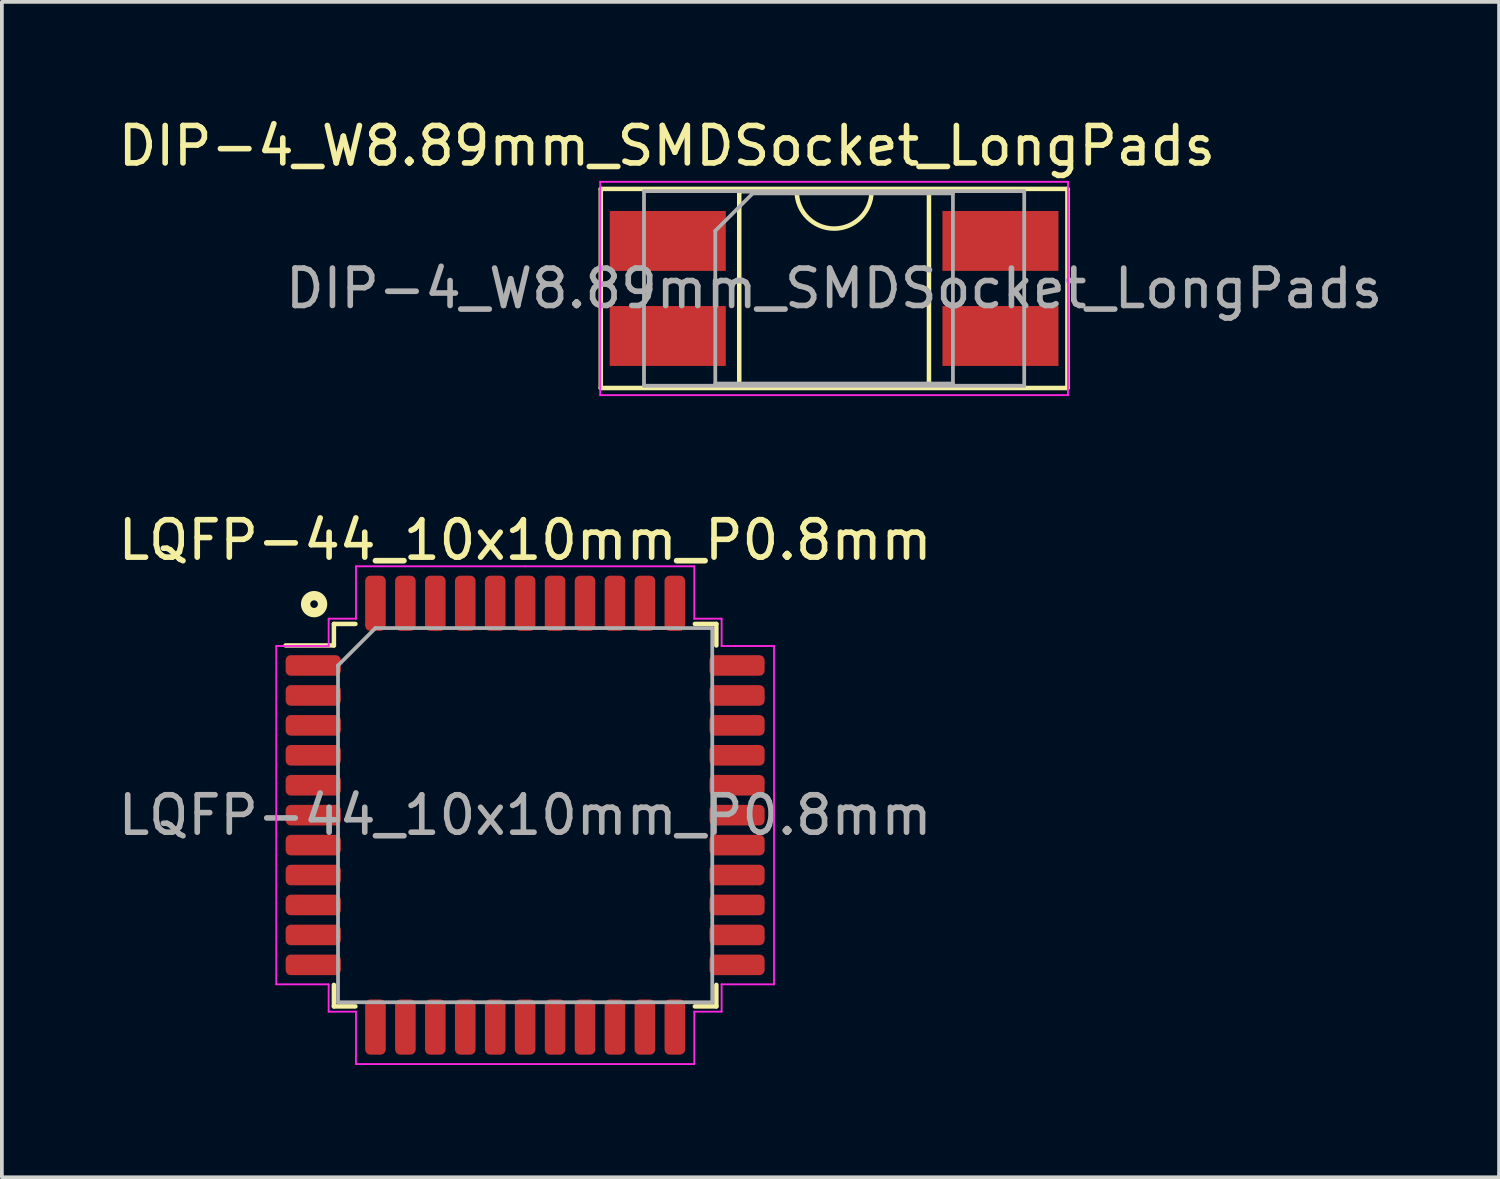
<source format=kicad_pcb>
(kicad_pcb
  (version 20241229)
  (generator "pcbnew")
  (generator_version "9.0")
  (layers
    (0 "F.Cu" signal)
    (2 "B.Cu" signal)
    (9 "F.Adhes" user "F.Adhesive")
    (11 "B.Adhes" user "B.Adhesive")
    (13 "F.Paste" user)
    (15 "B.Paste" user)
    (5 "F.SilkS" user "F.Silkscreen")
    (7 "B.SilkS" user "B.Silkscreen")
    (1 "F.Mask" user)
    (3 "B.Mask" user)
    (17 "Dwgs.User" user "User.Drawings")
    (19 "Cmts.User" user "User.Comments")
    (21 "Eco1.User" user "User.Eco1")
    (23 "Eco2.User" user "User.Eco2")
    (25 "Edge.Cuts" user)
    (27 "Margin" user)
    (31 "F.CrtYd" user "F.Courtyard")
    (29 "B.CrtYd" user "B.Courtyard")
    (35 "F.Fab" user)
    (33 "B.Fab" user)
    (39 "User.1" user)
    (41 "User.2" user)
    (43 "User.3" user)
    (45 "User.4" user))
  (footprint "LQFP-44_10x10mm_P0.8mm"
    (layer "F.Cu")
    (at 10.982 18.732)
    (property "Reference" "LQFP-44_10x10mm_P0.8mm" (at 0 -7.35 0) (layer "F.SilkS") (effects (font (size 1 1) (thickness 0.15))))
    (attr smd)
    (fp_line (start -5.11 -5.11) (end -5.11 -4.535) (stroke (width 0.12) (type solid)) (layer "F.SilkS"))
    (fp_line (start -5.11 -4.535) (end -6.4 -4.535) (stroke (width 0.12) (type solid)) (layer "F.SilkS"))
    (fp_line (start -5.11 5.11) (end -5.11 4.535) (stroke (width 0.12) (type solid)) (layer "F.SilkS"))
    (fp_line (start -4.535 -5.11) (end -5.11 -5.11) (stroke (width 0.12) (type solid)) (layer "F.SilkS"))
    (fp_line (start -4.535 5.11) (end -5.11 5.11) (stroke (width 0.12) (type solid)) (layer "F.SilkS"))
    (fp_line (start 4.535 -5.11) (end 5.11 -5.11) (stroke (width 0.12) (type solid)) (layer "F.SilkS"))
    (fp_line (start 4.535 5.11) (end 5.11 5.11) (stroke (width 0.12) (type solid)) (layer "F.SilkS"))
    (fp_line (start 5.11 -5.11) (end 5.11 -4.535) (stroke (width 0.12) (type solid)) (layer "F.SilkS"))
    (fp_line (start 5.11 5.11) (end 5.11 4.535) (stroke (width 0.12) (type solid)) (layer "F.SilkS"))
    (fp_circle (center -5.639 -5.639) (end -5.412 -5.639) (stroke (width 0.25) (type solid)) (fill no) (layer "F.SilkS"))
    (fp_line (start -6.65 -4.52) (end -6.65 0) (stroke (width 0.05) (type solid)) (layer "F.CrtYd"))
    (fp_line (start -6.65 4.52) (end -6.65 0) (stroke (width 0.05) (type solid)) (layer "F.CrtYd"))
    (fp_line (start -5.25 -5.25) (end -5.25 -4.52) (stroke (width 0.05) (type solid)) (layer "F.CrtYd"))
    (fp_line (start -5.25 -4.52) (end -6.65 -4.52) (stroke (width 0.05) (type solid)) (layer "F.CrtYd"))
    (fp_line (start -5.25 4.52) (end -6.65 4.52) (stroke (width 0.05) (type solid)) (layer "F.CrtYd"))
    (fp_line (start -5.25 5.25) (end -5.25 4.52) (stroke (width 0.05) (type solid)) (layer "F.CrtYd"))
    (fp_line (start -4.52 -6.65) (end -4.52 -5.25) (stroke (width 0.05) (type solid)) (layer "F.CrtYd"))
    (fp_line (start -4.52 -5.25) (end -5.25 -5.25) (stroke (width 0.05) (type solid)) (layer "F.CrtYd"))
    (fp_line (start -4.52 5.25) (end -5.25 5.25) (stroke (width 0.05) (type solid)) (layer "F.CrtYd"))
    (fp_line (start -4.52 6.65) (end -4.52 5.25) (stroke (width 0.05) (type solid)) (layer "F.CrtYd"))
    (fp_line (start 0 -6.65) (end -4.52 -6.65) (stroke (width 0.05) (type solid)) (layer "F.CrtYd"))
    (fp_line (start 0 -6.65) (end 4.52 -6.65) (stroke (width 0.05) (type solid)) (layer "F.CrtYd"))
    (fp_line (start 0 6.65) (end -4.52 6.65) (stroke (width 0.05) (type solid)) (layer "F.CrtYd"))
    (fp_line (start 0 6.65) (end 4.52 6.65) (stroke (width 0.05) (type solid)) (layer "F.CrtYd"))
    (fp_line (start 4.52 -6.65) (end 4.52 -5.25) (stroke (width 0.05) (type solid)) (layer "F.CrtYd"))
    (fp_line (start 4.52 -5.25) (end 5.25 -5.25) (stroke (width 0.05) (type solid)) (layer "F.CrtYd"))
    (fp_line (start 4.52 5.25) (end 5.25 5.25) (stroke (width 0.05) (type solid)) (layer "F.CrtYd"))
    (fp_line (start 4.52 6.65) (end 4.52 5.25) (stroke (width 0.05) (type solid)) (layer "F.CrtYd"))
    (fp_line (start 5.25 -5.25) (end 5.25 -4.52) (stroke (width 0.05) (type solid)) (layer "F.CrtYd"))
    (fp_line (start 5.25 -4.52) (end 6.65 -4.52) (stroke (width 0.05) (type solid)) (layer "F.CrtYd"))
    (fp_line (start 5.25 4.52) (end 6.65 4.52) (stroke (width 0.05) (type solid)) (layer "F.CrtYd"))
    (fp_line (start 5.25 5.25) (end 5.25 4.52) (stroke (width 0.05) (type solid)) (layer "F.CrtYd"))
    (fp_line (start 6.65 -4.52) (end 6.65 0) (stroke (width 0.05) (type solid)) (layer "F.CrtYd"))
    (fp_line (start 6.65 4.52) (end 6.65 0) (stroke (width 0.05) (type solid)) (layer "F.CrtYd"))
    (fp_line (start -5 -4) (end -4 -5) (stroke (width 0.1) (type solid)) (layer "F.Fab"))
    (fp_line (start -5 5) (end -5 -4) (stroke (width 0.1) (type solid)) (layer "F.Fab"))
    (fp_line (start -4 -5) (end 5 -5) (stroke (width 0.1) (type solid)) (layer "F.Fab"))
    (fp_line (start 5 -5) (end 5 5) (stroke (width 0.1) (type solid)) (layer "F.Fab"))
    (fp_line (start 5 5) (end -5 5) (stroke (width 0.1) (type solid)) (layer "F.Fab"))
    (fp_text user "${REFERENCE}" (at 0 0 0) (layer "F.Fab") (effects (font (size 1 1) (thickness 0.15))))
    (pad "1" smd roundrect (at -5.662 -4) (size 1.475 0.55) (layers "F.Cu" "F.Mask" "F.Paste") (roundrect_rratio 0.25))
    (pad "2" smd roundrect (at -5.662 -3.2) (size 1.475 0.55) (layers "F.Cu" "F.Mask" "F.Paste") (roundrect_rratio 0.25))
    (pad "3" smd roundrect (at -5.662 -2.4) (size 1.475 0.55) (layers "F.Cu" "F.Mask" "F.Paste") (roundrect_rratio 0.25))
    (pad "4" smd roundrect (at -5.662 -1.6) (size 1.475 0.55) (layers "F.Cu" "F.Mask" "F.Paste") (roundrect_rratio 0.25))
    (pad "5" smd roundrect (at -5.662 -0.8) (size 1.475 0.55) (layers "F.Cu" "F.Mask" "F.Paste") (roundrect_rratio 0.25))
    (pad "6" smd roundrect (at -5.662 0) (size 1.475 0.55) (layers "F.Cu" "F.Mask" "F.Paste") (roundrect_rratio 0.25))
    (pad "7" smd roundrect (at -5.662 0.8) (size 1.475 0.55) (layers "F.Cu" "F.Mask" "F.Paste") (roundrect_rratio 0.25))
    (pad "8" smd roundrect (at -5.662 1.6) (size 1.475 0.55) (layers "F.Cu" "F.Mask" "F.Paste") (roundrect_rratio 0.25))
    (pad "9" smd roundrect (at -5.662 2.4) (size 1.475 0.55) (layers "F.Cu" "F.Mask" "F.Paste") (roundrect_rratio 0.25))
    (pad "10" smd roundrect (at -5.662 3.2) (size 1.475 0.55) (layers "F.Cu" "F.Mask" "F.Paste") (roundrect_rratio 0.25))
    (pad "11" smd roundrect (at -5.662 4) (size 1.475 0.55) (layers "F.Cu" "F.Mask" "F.Paste") (roundrect_rratio 0.25))
    (pad "12" smd roundrect (at -4 5.662) (size 0.55 1.475) (layers "F.Cu" "F.Mask" "F.Paste") (roundrect_rratio 0.25))
    (pad "13" smd roundrect (at -3.2 5.662) (size 0.55 1.475) (layers "F.Cu" "F.Mask" "F.Paste") (roundrect_rratio 0.25))
    (pad "14" smd roundrect (at -2.4 5.662) (size 0.55 1.475) (layers "F.Cu" "F.Mask" "F.Paste") (roundrect_rratio 0.25))
    (pad "15" smd roundrect (at -1.6 5.662) (size 0.55 1.475) (layers "F.Cu" "F.Mask" "F.Paste") (roundrect_rratio 0.25))
    (pad "16" smd roundrect (at -0.8 5.662) (size 0.55 1.475) (layers "F.Cu" "F.Mask" "F.Paste") (roundrect_rratio 0.25))
    (pad "17" smd roundrect (at 0 5.662) (size 0.55 1.475) (layers "F.Cu" "F.Mask" "F.Paste") (roundrect_rratio 0.25))
    (pad "18" smd roundrect (at 0.8 5.662) (size 0.55 1.475) (layers "F.Cu" "F.Mask" "F.Paste") (roundrect_rratio 0.25))
    (pad "19" smd roundrect (at 1.6 5.662) (size 0.55 1.475) (layers "F.Cu" "F.Mask" "F.Paste") (roundrect_rratio 0.25))
    (pad "20" smd roundrect (at 2.4 5.662) (size 0.55 1.475) (layers "F.Cu" "F.Mask" "F.Paste") (roundrect_rratio 0.25))
    (pad "21" smd roundrect (at 3.2 5.662) (size 0.55 1.475) (layers "F.Cu" "F.Mask" "F.Paste") (roundrect_rratio 0.25))
    (pad "22" smd roundrect (at 4 5.662) (size 0.55 1.475) (layers "F.Cu" "F.Mask" "F.Paste") (roundrect_rratio 0.25))
    (pad "23" smd roundrect (at 5.662 4) (size 1.475 0.55) (layers "F.Cu" "F.Mask" "F.Paste") (roundrect_rratio 0.25))
    (pad "24" smd roundrect (at 5.662 3.2) (size 1.475 0.55) (layers "F.Cu" "F.Mask" "F.Paste") (roundrect_rratio 0.25))
    (pad "25" smd roundrect (at 5.662 2.4) (size 1.475 0.55) (layers "F.Cu" "F.Mask" "F.Paste") (roundrect_rratio 0.25))
    (pad "26" smd roundrect (at 5.662 1.6) (size 1.475 0.55) (layers "F.Cu" "F.Mask" "F.Paste") (roundrect_rratio 0.25))
    (pad "27" smd roundrect (at 5.662 0.8) (size 1.475 0.55) (layers "F.Cu" "F.Mask" "F.Paste") (roundrect_rratio 0.25))
    (pad "28" smd roundrect (at 5.662 0) (size 1.475 0.55) (layers "F.Cu" "F.Mask" "F.Paste") (roundrect_rratio 0.25))
    (pad "29" smd roundrect (at 5.662 -0.8) (size 1.475 0.55) (layers "F.Cu" "F.Mask" "F.Paste") (roundrect_rratio 0.25))
    (pad "30" smd roundrect (at 5.662 -1.6) (size 1.475 0.55) (layers "F.Cu" "F.Mask" "F.Paste") (roundrect_rratio 0.25))
    (pad "31" smd roundrect (at 5.662 -2.4) (size 1.475 0.55) (layers "F.Cu" "F.Mask" "F.Paste") (roundrect_rratio 0.25))
    (pad "32" smd roundrect (at 5.662 -3.2) (size 1.475 0.55) (layers "F.Cu" "F.Mask" "F.Paste") (roundrect_rratio 0.25))
    (pad "33" smd roundrect (at 5.662 -4) (size 1.475 0.55) (layers "F.Cu" "F.Mask" "F.Paste") (roundrect_rratio 0.25))
    (pad "34" smd roundrect (at 4 -5.662) (size 0.55 1.475) (layers "F.Cu" "F.Mask" "F.Paste") (roundrect_rratio 0.25))
    (pad "35" smd roundrect (at 3.2 -5.662) (size 0.55 1.475) (layers "F.Cu" "F.Mask" "F.Paste") (roundrect_rratio 0.25))
    (pad "36" smd roundrect (at 2.4 -5.662) (size 0.55 1.475) (layers "F.Cu" "F.Mask" "F.Paste") (roundrect_rratio 0.25))
    (pad "37" smd roundrect (at 1.6 -5.662) (size 0.55 1.475) (layers "F.Cu" "F.Mask" "F.Paste") (roundrect_rratio 0.25))
    (pad "38" smd roundrect (at 0.8 -5.662) (size 0.55 1.475) (layers "F.Cu" "F.Mask" "F.Paste") (roundrect_rratio 0.25))
    (pad "39" smd roundrect (at 0 -5.662) (size 0.55 1.475) (layers "F.Cu" "F.Mask" "F.Paste") (roundrect_rratio 0.25))
    (pad "40" smd roundrect (at -0.8 -5.662) (size 0.55 1.475) (layers "F.Cu" "F.Mask" "F.Paste") (roundrect_rratio 0.25))
    (pad "41" smd roundrect (at -1.6 -5.662) (size 0.55 1.475) (layers "F.Cu" "F.Mask" "F.Paste") (roundrect_rratio 0.25))
    (pad "42" smd roundrect (at -2.4 -5.662) (size 0.55 1.475) (layers "F.Cu" "F.Mask" "F.Paste") (roundrect_rratio 0.25))
    (pad "43" smd roundrect (at -3.2 -5.662) (size 0.55 1.475) (layers "F.Cu" "F.Mask" "F.Paste") (roundrect_rratio 0.25))
    (pad "44" smd roundrect (at -4 -5.662) (size 0.55 1.475) (layers "F.Cu" "F.Mask" "F.Paste") (roundrect_rratio 0.25)))
  (footprint "DIP-4_W8.89mm_SMDSocket_LongPads"
    (layer "F.Cu")
    (at 19.238 4.658)
    (property "Reference" "DIP-4_W8.89mm_SMDSocket_LongPads" (at -4.47 -3.81 180) (layer "F.SilkS") (effects (font (size 1 1) (thickness 0.15))))
    (attr smd)
    (fp_line (start -6.235 -2.66) (end -6.235 2.66) (stroke (width 0.12) (type solid)) (layer "F.SilkS"))
    (fp_line (start -6.235 2.66) (end 6.235 2.66) (stroke (width 0.12) (type solid)) (layer "F.SilkS"))
    (fp_line (start -2.535 -2.6) (end -2.535 2.6) (stroke (width 0.12) (type solid)) (layer "F.SilkS"))
    (fp_line (start -2.535 2.6) (end 2.535 2.6) (stroke (width 0.12) (type solid)) (layer "F.SilkS"))
    (fp_line (start -1 -2.6) (end -2.535 -2.6) (stroke (width 0.12) (type solid)) (layer "F.SilkS"))
    (fp_line (start 2.535 -2.6) (end 1 -2.6) (stroke (width 0.12) (type solid)) (layer "F.SilkS"))
    (fp_line (start 2.535 2.6) (end 2.535 -2.6) (stroke (width 0.12) (type solid)) (layer "F.SilkS"))
    (fp_line (start 6.235 -2.66) (end -6.235 -2.66) (stroke (width 0.12) (type solid)) (layer "F.SilkS"))
    (fp_line (start 6.235 2.66) (end 6.235 -2.66) (stroke (width 0.12) (type solid)) (layer "F.SilkS"))
    (fp_arc (start 1 -2.6) (mid 0 -1.6) (end -1 -2.6) (stroke (width 0.12) (type solid)) (layer "F.SilkS"))
    (fp_line (start -6.25 -2.85) (end -6.25 2.85) (stroke (width 0.05) (type solid)) (layer "F.CrtYd"))
    (fp_line (start -6.25 2.85) (end 6.25 2.85) (stroke (width 0.05) (type solid)) (layer "F.CrtYd"))
    (fp_line (start 6.25 -2.85) (end -6.25 -2.85) (stroke (width 0.05) (type solid)) (layer "F.CrtYd"))
    (fp_line (start 6.25 2.85) (end 6.25 -2.85) (stroke (width 0.05) (type solid)) (layer "F.CrtYd"))
    (fp_line (start -5.08 -2.6) (end -5.08 2.6) (stroke (width 0.1) (type solid)) (layer "F.Fab"))
    (fp_line (start -5.08 2.6) (end 5.08 2.6) (stroke (width 0.1) (type solid)) (layer "F.Fab"))
    (fp_line (start -3.175 -1.54) (end -2.175 -2.54) (stroke (width 0.1) (type solid)) (layer "F.Fab"))
    (fp_line (start -3.175 2.54) (end -3.175 -1.54) (stroke (width 0.1) (type solid)) (layer "F.Fab"))
    (fp_line (start -2.175 -2.54) (end 3.175 -2.54) (stroke (width 0.1) (type solid)) (layer "F.Fab"))
    (fp_line (start 3.175 -2.54) (end 3.175 2.54) (stroke (width 0.1) (type solid)) (layer "F.Fab"))
    (fp_line (start 3.175 2.54) (end -3.175 2.54) (stroke (width 0.1) (type solid)) (layer "F.Fab"))
    (fp_line (start 5.08 -2.6) (end -5.08 -2.6) (stroke (width 0.1) (type solid)) (layer "F.Fab"))
    (fp_line (start 5.08 2.6) (end 5.08 -2.6) (stroke (width 0.1) (type solid)) (layer "F.Fab"))
    (fp_text user "${REFERENCE}" (at 0 0 180) (layer "F.Fab") (effects (font (size 1 1) (thickness 0.15))))
    (pad "1" smd rect (at -4.445 -1.27) (size 3.1 1.6) (layers "F.Cu" "F.Mask" "F.Paste"))
    (pad "2" smd rect (at -4.445 1.27) (size 3.1 1.6) (layers "F.Cu" "F.Mask" "F.Paste"))
    (pad "3" smd rect (at 4.445 1.27) (size 3.1 1.6) (layers "F.Cu" "F.Mask" "F.Paste"))
    (pad "4" smd rect (at 4.445 -1.27) (size 3.1 1.6) (layers "F.Cu" "F.Mask" "F.Paste")))
  (gr_rect
    (start -3 -3)
    (end 37.006 28.407)
    (stroke (width 0.1) (type default))
    (fill no)
    (layer "Edge.Cuts")))
</source>
